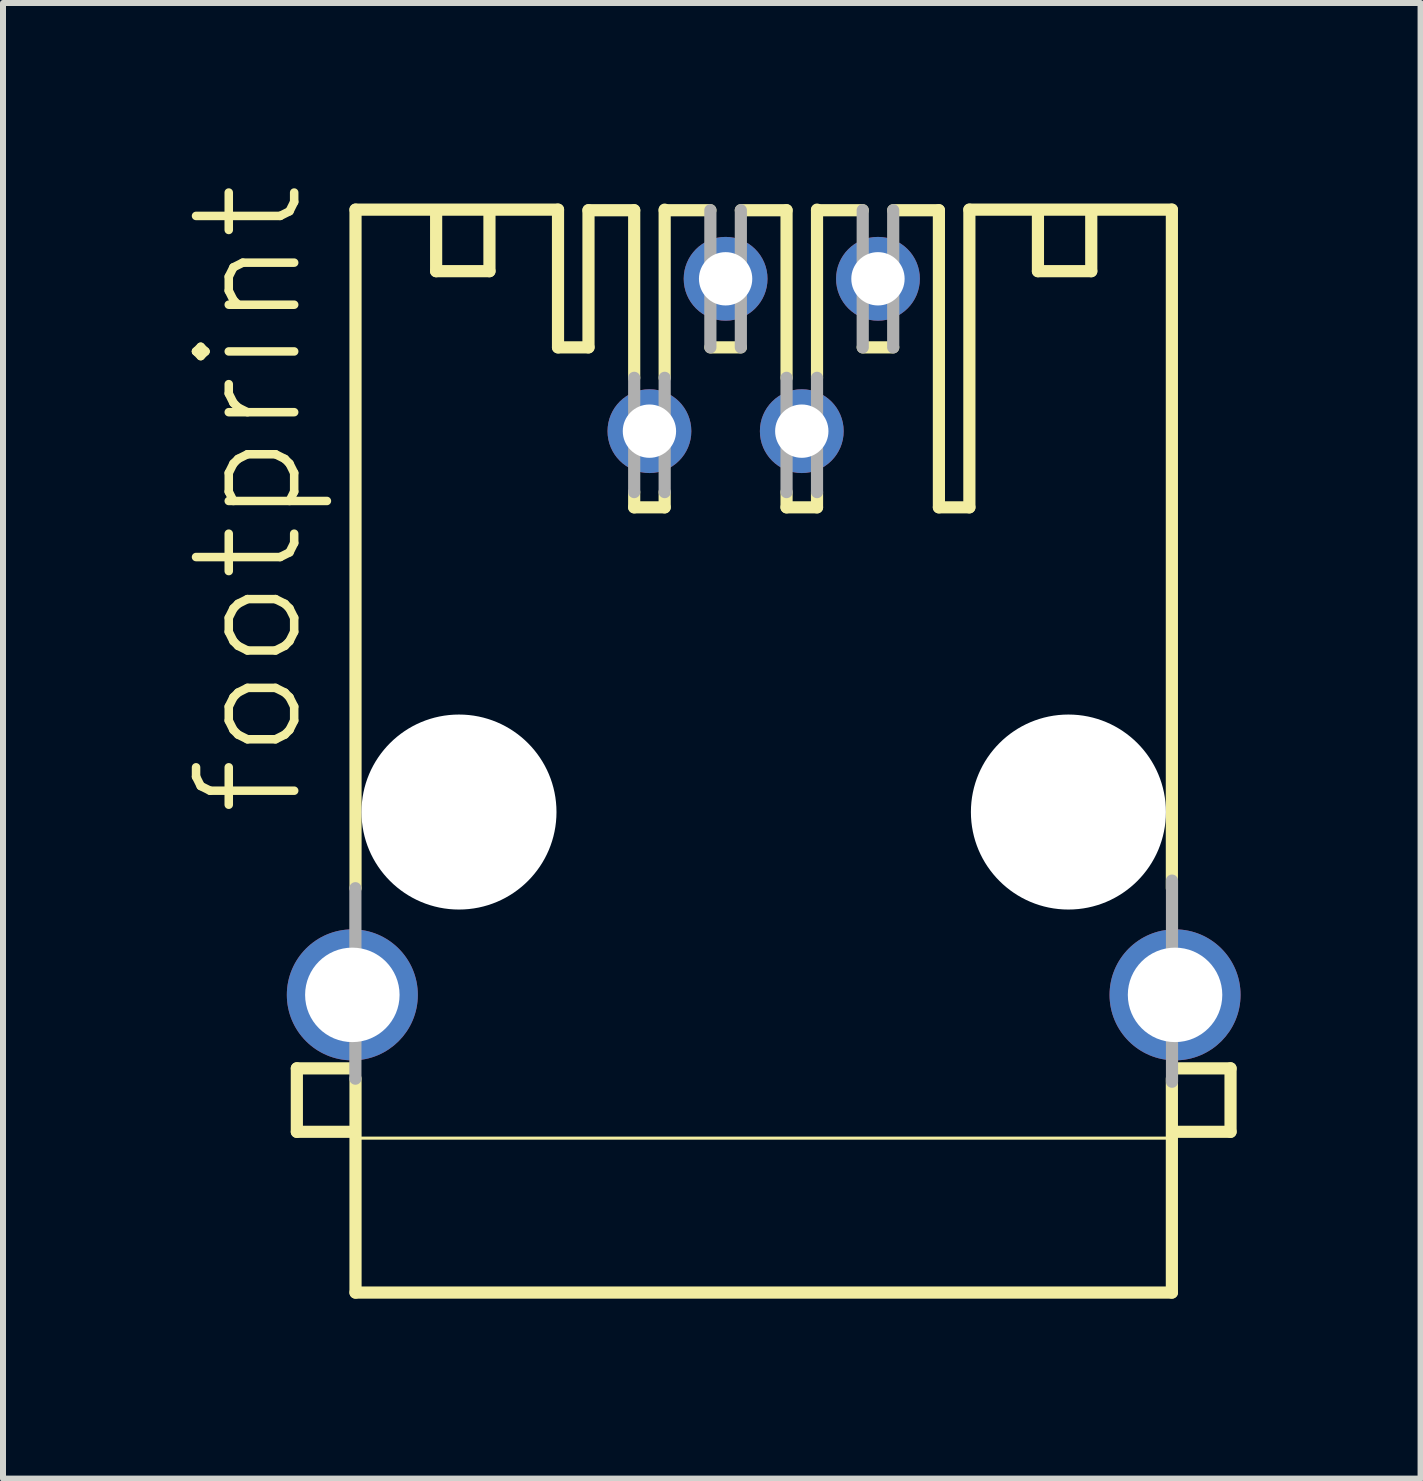
<source format=kicad_pcb>
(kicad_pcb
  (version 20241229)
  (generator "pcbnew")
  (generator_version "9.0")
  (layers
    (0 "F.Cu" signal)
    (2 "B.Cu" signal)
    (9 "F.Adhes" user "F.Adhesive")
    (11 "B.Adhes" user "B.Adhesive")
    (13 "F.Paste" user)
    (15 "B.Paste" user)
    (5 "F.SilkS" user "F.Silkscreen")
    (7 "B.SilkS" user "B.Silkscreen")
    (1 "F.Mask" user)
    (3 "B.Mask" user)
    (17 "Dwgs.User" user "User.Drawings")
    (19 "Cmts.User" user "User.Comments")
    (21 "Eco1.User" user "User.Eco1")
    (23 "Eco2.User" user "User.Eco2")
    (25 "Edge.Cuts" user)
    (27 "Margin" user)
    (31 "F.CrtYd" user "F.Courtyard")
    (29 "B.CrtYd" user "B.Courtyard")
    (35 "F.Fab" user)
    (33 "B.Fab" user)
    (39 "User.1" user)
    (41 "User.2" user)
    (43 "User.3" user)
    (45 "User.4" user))
  (footprint "footprint"
    (layer "F.Cu")
    (at 9.682 10.488)
    (property "Reference" "footprint" (at -7.62 0.127 90) (layer "F.SilkS") (effects (font (size 1.636 1.636) (thickness 0.142)) (justify left bottom)))
    (fp_line (start -7.783 4.273) (end -6.829 4.273) (stroke (width 0.203) (type solid)) (layer "F.SilkS"))
    (fp_line (start -7.783 5.331) (end -7.783 4.273) (stroke (width 0.203) (type solid)) (layer "F.SilkS"))
    (fp_line (start -6.858 5.436) (end 6.858 5.436) (stroke (width 0.051) (type solid)) (layer "F.SilkS"))
    (fp_line (start -6.828 5.331) (end -7.783 5.331) (stroke (width 0.203) (type solid)) (layer "F.SilkS"))
    (fp_line (start -6.805 -10.043) (end -3.429 -10.043) (stroke (width 0.203) (type solid)) (layer "F.SilkS"))
    (fp_line (start -6.805 1.27) (end -6.805 -10.043) (stroke (width 0.203) (type solid)) (layer "F.SilkS"))
    (fp_line (start -6.805 8.011) (end -6.805 4.445) (stroke (width 0.203) (type solid)) (layer "F.SilkS"))
    (fp_line (start -5.461 -10.033) (end -5.461 -9.017) (stroke (width 0.203) (type solid)) (layer "F.SilkS"))
    (fp_line (start -5.461 -9.017) (end -4.572 -9.017) (stroke (width 0.203) (type solid)) (layer "F.SilkS"))
    (fp_line (start -4.572 -9.017) (end -4.572 -10.033) (stroke (width 0.203) (type solid)) (layer "F.SilkS"))
    (fp_line (start -3.429 -10.043) (end -3.429 -7.747) (stroke (width 0.203) (type solid)) (layer "F.SilkS"))
    (fp_line (start -2.921 -10.033) (end -2.921 -7.747) (stroke (width 0.203) (type solid)) (layer "F.SilkS"))
    (fp_line (start -2.921 -10.033) (end -2.159 -10.033) (stroke (width 0.203) (type solid)) (layer "F.SilkS"))
    (fp_line (start -2.921 -7.747) (end -3.429 -7.747) (stroke (width 0.203) (type solid)) (layer "F.SilkS"))
    (fp_line (start -2.159 -7.239) (end -2.159 -10.033) (stroke (width 0.203) (type solid)) (layer "F.SilkS"))
    (fp_line (start -2.159 -5.08) (end -2.159 -5.334) (stroke (width 0.203) (type solid)) (layer "F.SilkS"))
    (fp_line (start -1.651 -10.033) (end -0.889 -10.033) (stroke (width 0.203) (type solid)) (layer "F.SilkS"))
    (fp_line (start -1.651 -7.239) (end -1.651 -10.043) (stroke (width 0.203) (type solid)) (layer "F.SilkS"))
    (fp_line (start -1.651 -5.08) (end -2.159 -5.08) (stroke (width 0.203) (type solid)) (layer "F.SilkS"))
    (fp_line (start -1.651 -5.08) (end -1.651 -5.334) (stroke (width 0.203) (type solid)) (layer "F.SilkS"))
    (fp_line (start -0.381 -10.033) (end 0.381 -10.033) (stroke (width 0.203) (type solid)) (layer "F.SilkS"))
    (fp_line (start -0.381 -7.747) (end -0.889 -7.747) (stroke (width 0.203) (type solid)) (layer "F.SilkS"))
    (fp_line (start 0.381 -7.239) (end 0.381 -10.033) (stroke (width 0.203) (type solid)) (layer "F.SilkS"))
    (fp_line (start 0.381 -5.08) (end 0.381 -5.334) (stroke (width 0.203) (type solid)) (layer "F.SilkS"))
    (fp_line (start 0.889 -10.033) (end 1.651 -10.033) (stroke (width 0.203) (type solid)) (layer "F.SilkS"))
    (fp_line (start 0.889 -7.239) (end 0.889 -10.043) (stroke (width 0.203) (type solid)) (layer "F.SilkS"))
    (fp_line (start 0.889 -5.08) (end 0.381 -5.08) (stroke (width 0.203) (type solid)) (layer "F.SilkS"))
    (fp_line (start 0.889 -5.08) (end 0.889 -5.334) (stroke (width 0.203) (type solid)) (layer "F.SilkS"))
    (fp_line (start 2.159 -10.033) (end 2.921 -10.033) (stroke (width 0.203) (type solid)) (layer "F.SilkS"))
    (fp_line (start 2.159 -7.747) (end 1.651 -7.747) (stroke (width 0.203) (type solid)) (layer "F.SilkS"))
    (fp_line (start 2.921 -5.08) (end 2.921 -10.033) (stroke (width 0.203) (type solid)) (layer "F.SilkS"))
    (fp_line (start 3.429 -10.043) (end 6.805 -10.043) (stroke (width 0.203) (type solid)) (layer "F.SilkS"))
    (fp_line (start 3.429 -5.08) (end 2.921 -5.08) (stroke (width 0.203) (type solid)) (layer "F.SilkS"))
    (fp_line (start 3.429 -5.08) (end 3.429 -10.043) (stroke (width 0.203) (type solid)) (layer "F.SilkS"))
    (fp_line (start 4.572 -9.017) (end 4.572 -10.033) (stroke (width 0.203) (type solid)) (layer "F.SilkS"))
    (fp_line (start 5.461 -10.033) (end 5.461 -9.017) (stroke (width 0.203) (type solid)) (layer "F.SilkS"))
    (fp_line (start 5.461 -9.017) (end 4.572 -9.017) (stroke (width 0.203) (type solid)) (layer "F.SilkS"))
    (fp_line (start 6.805 -10.043) (end 6.805 1.27) (stroke (width 0.203) (type solid)) (layer "F.SilkS"))
    (fp_line (start 6.805 4.445) (end 6.805 8.011) (stroke (width 0.203) (type solid)) (layer "F.SilkS"))
    (fp_line (start 6.805 8.011) (end -6.805 8.011) (stroke (width 0.203) (type solid)) (layer "F.SilkS"))
    (fp_line (start 6.853 5.331) (end 7.783 5.331) (stroke (width 0.203) (type solid)) (layer "F.SilkS"))
    (fp_line (start 7.783 4.273) (end 6.854 4.273) (stroke (width 0.203) (type solid)) (layer "F.SilkS"))
    (fp_line (start 7.783 5.331) (end 7.783 4.273) (stroke (width 0.203) (type solid)) (layer "F.SilkS"))
    (fp_line (start -6.807 4.445) (end -6.807 1.27) (stroke (width 0.203) (type solid)) (layer "F.Fab"))
    (fp_line (start -2.159 -7.239) (end -2.159 -5.334) (stroke (width 0.203) (type solid)) (layer "F.Fab"))
    (fp_line (start -1.651 -7.239) (end -1.651 -5.334) (stroke (width 0.203) (type solid)) (layer "F.Fab"))
    (fp_line (start -0.889 -10.033) (end -0.889 -7.747) (stroke (width 0.203) (type solid)) (layer "F.Fab"))
    (fp_line (start -0.381 -10.033) (end -0.381 -7.747) (stroke (width 0.203) (type solid)) (layer "F.Fab"))
    (fp_line (start 0.381 -7.239) (end 0.381 -5.334) (stroke (width 0.203) (type solid)) (layer "F.Fab"))
    (fp_line (start 0.889 -7.239) (end 0.889 -5.334) (stroke (width 0.203) (type solid)) (layer "F.Fab"))
    (fp_line (start 1.651 -10.033) (end 1.651 -7.747) (stroke (width 0.203) (type solid)) (layer "F.Fab"))
    (fp_line (start 2.159 -10.033) (end 2.159 -7.747) (stroke (width 0.203) (type solid)) (layer "F.Fab"))
    (fp_line (start 6.807 4.496) (end 6.807 1.143) (stroke (width 0.203) (type solid)) (layer "F.Fab"))
    (pad "" np_thru_hole circle (at -5.08 0) (size 3.251 3.251) (drill 3.251) (layers "*.Cu" "*.Mask"))
    (pad "" np_thru_hole circle (at 5.08 0) (size 3.251 3.251) (drill 3.251) (layers "*.Cu" "*.Mask"))
    (pad "1" thru_hole circle (at -1.905 -6.35) (size 1.397 1.397) (drill 0.889) (layers "*.Cu" "*.Mask"))
    (pad "2" thru_hole circle (at -0.635 -8.89) (size 1.397 1.397) (drill 0.889) (layers "*.Cu" "*.Mask"))
    (pad "3" thru_hole circle (at 0.635 -6.35) (size 1.397 1.397) (drill 0.889) (layers "*.Cu" "*.Mask"))
    (pad "4" thru_hole circle (at 1.905 -8.89) (size 1.397 1.397) (drill 0.889) (layers "*.Cu" "*.Mask"))
    (pad "G1" thru_hole circle (at -6.858 3.048) (size 2.184 2.184) (drill 1.575) (layers "*.Cu" "*.Mask"))
    (pad "G2" thru_hole circle (at 6.858 3.048) (size 2.184 2.184) (drill 1.575) (layers "*.Cu" "*.Mask")))
  (gr_rect
    (start -3 -3)
    (end 20.633 21.601)
    (stroke (width 0.1) (type default))
    (fill no)
    (layer "Edge.Cuts")))
</source>
